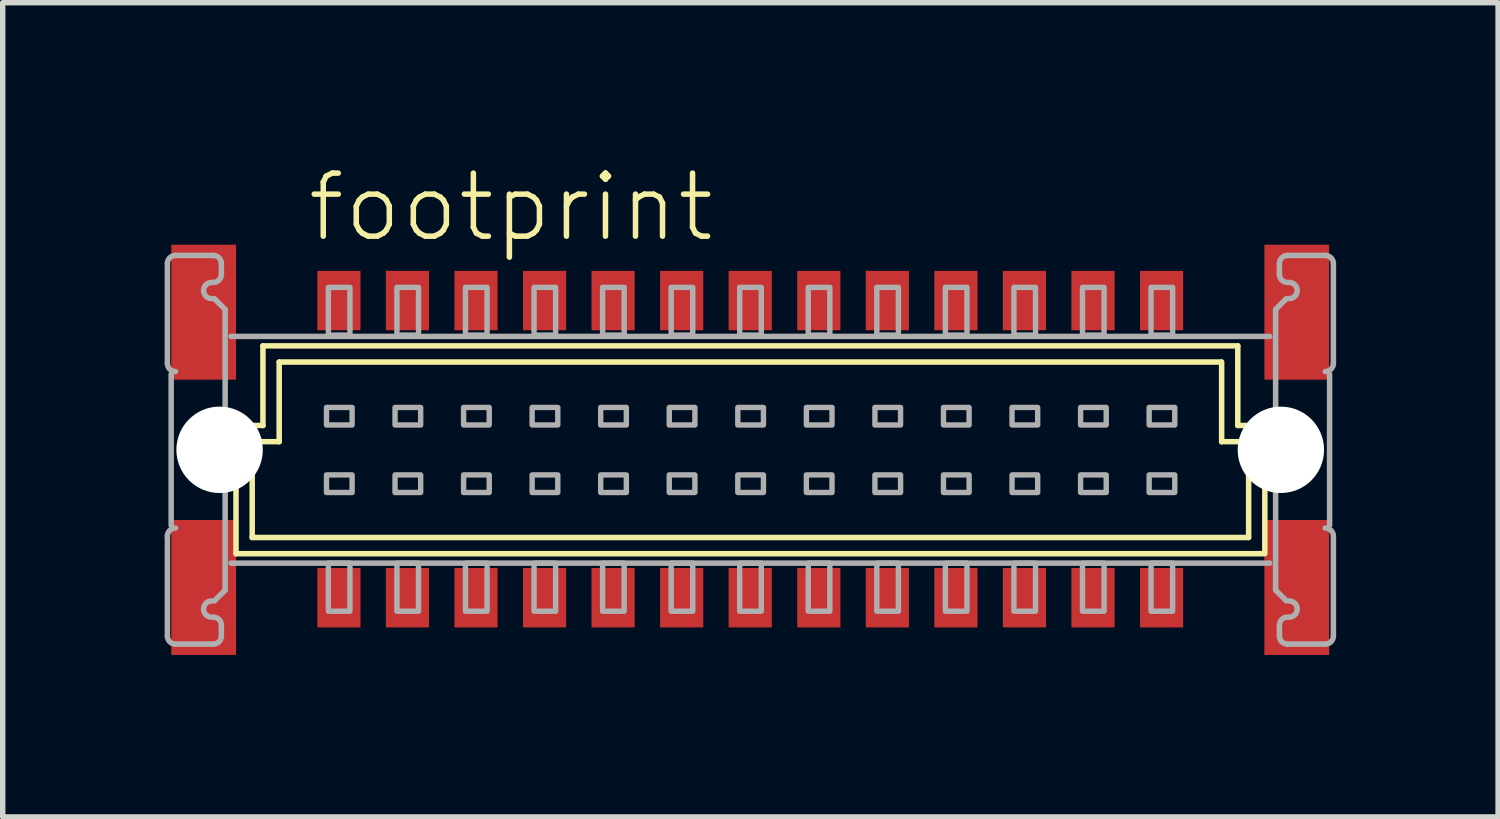
<source format=kicad_pcb>
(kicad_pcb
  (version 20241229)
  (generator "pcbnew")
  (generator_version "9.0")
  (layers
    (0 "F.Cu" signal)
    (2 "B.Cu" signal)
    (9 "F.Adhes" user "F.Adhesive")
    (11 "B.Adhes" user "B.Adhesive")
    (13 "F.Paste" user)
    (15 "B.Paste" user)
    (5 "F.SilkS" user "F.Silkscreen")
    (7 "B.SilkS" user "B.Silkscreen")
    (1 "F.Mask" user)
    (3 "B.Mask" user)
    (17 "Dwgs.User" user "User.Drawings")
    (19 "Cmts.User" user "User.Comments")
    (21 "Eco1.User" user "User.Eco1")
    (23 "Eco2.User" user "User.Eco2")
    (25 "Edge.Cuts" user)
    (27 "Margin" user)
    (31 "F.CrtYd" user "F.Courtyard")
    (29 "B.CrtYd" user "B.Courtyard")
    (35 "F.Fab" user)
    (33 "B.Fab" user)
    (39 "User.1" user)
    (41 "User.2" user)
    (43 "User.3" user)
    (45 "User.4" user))
  (footprint "footprint"
    (layer "F.Cu")
    (at 10.848 5.283)
    (property "Reference" "footprint" (at -8.255 -3.81 0) (layer "F.SilkS") (effects (font (size 1.168 1.168) (thickness 0.102)) (justify left bottom)))
    (fp_line (start -9.526 1.924) (end -9.526 -0.451) (stroke (width 0.102) (type solid)) (layer "F.SilkS"))
    (fp_line (start -9.226 -0.151) (end -9.227 -0.151) (stroke (width 0.102) (type solid)) (layer "F.SilkS"))
    (fp_line (start -9.226 1.624) (end -9.226 -0.151) (stroke (width 0.102) (type solid)) (layer "F.SilkS"))
    (fp_line (start -9.226 1.624) (end 9.232 1.624) (stroke (width 0.102) (type solid)) (layer "F.SilkS"))
    (fp_line (start -9.027 -1.926) (end -9.027 -0.451) (stroke (width 0.102) (type solid)) (layer "F.SilkS"))
    (fp_line (start -9.027 -0.451) (end -9.526 -0.451) (stroke (width 0.102) (type solid)) (layer "F.SilkS"))
    (fp_line (start -8.727 -0.151) (end -9.226 -0.151) (stroke (width 0.102) (type solid)) (layer "F.SilkS"))
    (fp_line (start -8.726 -0.151) (end -8.726 -1.626) (stroke (width 0.102) (type solid)) (layer "F.SilkS"))
    (fp_line (start 8.723 -1.626) (end -8.726 -1.626) (stroke (width 0.102) (type solid)) (layer "F.SilkS"))
    (fp_line (start 8.733 -0.151) (end 8.733 -1.626) (stroke (width 0.102) (type solid)) (layer "F.SilkS"))
    (fp_line (start 9.032 -0.451) (end 9.032 -1.926) (stroke (width 0.102) (type solid)) (layer "F.SilkS"))
    (fp_line (start 9.033 -1.926) (end -9.027 -1.926) (stroke (width 0.102) (type solid)) (layer "F.SilkS"))
    (fp_line (start 9.233 -0.151) (end 8.733 -0.151) (stroke (width 0.102) (type solid)) (layer "F.SilkS"))
    (fp_line (start 9.233 1.624) (end 9.233 -0.151) (stroke (width 0.102) (type solid)) (layer "F.SilkS"))
    (fp_line (start 9.513 1.924) (end -9.526 1.924) (stroke (width 0.102) (type solid)) (layer "F.SilkS"))
    (fp_line (start 9.533 -0.451) (end 9.033 -0.451) (stroke (width 0.102) (type solid)) (layer "F.SilkS"))
    (fp_line (start 9.533 1.924) (end 9.533 -0.451) (stroke (width 0.102) (type solid)) (layer "F.SilkS"))
    (fp_circle (center -9.826 -0.008) (end -9.027 -0.008) (stroke (width 0.001) (type solid)) (fill no) (layer "F.SilkS"))
    (fp_line (start -10.797 -1.601) (end -10.797 -3.451) (stroke (width 0.102) (type solid)) (layer "F.Fab"))
    (fp_line (start -10.797 3.449) (end -10.797 1.599) (stroke (width 0.102) (type solid)) (layer "F.Fab"))
    (fp_line (start -10.727 -1.401) (end -10.727 1.399) (stroke (width 0.102) (type solid)) (layer "F.Fab"))
    (fp_line (start -10.647 -3.601) (end -9.947 -3.601) (stroke (width 0.102) (type solid)) (layer "F.Fab"))
    (fp_line (start -9.947 3.599) (end -10.647 3.599) (stroke (width 0.102) (type solid)) (layer "F.Fab"))
    (fp_line (start -9.927 -2.801) (end -9.727 -2.601) (stroke (width 0.102) (type solid)) (layer "F.Fab"))
    (fp_line (start -9.797 -3.451) (end -9.797 -3.251) (stroke (width 0.102) (type solid)) (layer "F.Fab"))
    (fp_line (start -9.797 3.249) (end -9.797 3.449) (stroke (width 0.102) (type solid)) (layer "F.Fab"))
    (fp_line (start -9.727 -2.601) (end -9.727 2.599) (stroke (width 0.102) (type solid)) (layer "F.Fab"))
    (fp_line (start -9.727 2.599) (end -9.927 2.799) (stroke (width 0.102) (type solid)) (layer "F.Fab"))
    (fp_line (start 9.623 -2.101) (end -9.617 -2.101) (stroke (width 0.102) (type solid)) (layer "F.Fab"))
    (fp_line (start 9.623 2.099) (end -9.617 2.099) (stroke (width 0.102) (type solid)) (layer "F.Fab"))
    (fp_line (start 9.733 -2.601) (end 9.733 2.599) (stroke (width 0.102) (type solid)) (layer "F.Fab"))
    (fp_line (start 9.733 2.599) (end 9.933 2.799) (stroke (width 0.102) (type solid)) (layer "F.Fab"))
    (fp_line (start 9.803 -3.451) (end 9.803 -3.251) (stroke (width 0.102) (type solid)) (layer "F.Fab"))
    (fp_line (start 9.803 3.249) (end 9.803 3.449) (stroke (width 0.102) (type solid)) (layer "F.Fab"))
    (fp_line (start 9.933 -2.801) (end 9.733 -2.601) (stroke (width 0.102) (type solid)) (layer "F.Fab"))
    (fp_line (start 9.953 3.599) (end 10.653 3.599) (stroke (width 0.102) (type solid)) (layer "F.Fab"))
    (fp_line (start 10.653 -3.601) (end 9.953 -3.601) (stroke (width 0.102) (type solid)) (layer "F.Fab"))
    (fp_line (start 10.733 -1.401) (end 10.733 1.399) (stroke (width 0.102) (type solid)) (layer "F.Fab"))
    (fp_line (start 10.803 -1.601) (end 10.803 -3.451) (stroke (width 0.102) (type solid)) (layer "F.Fab"))
    (fp_line (start 10.803 3.449) (end 10.803 1.599) (stroke (width 0.102) (type solid)) (layer "F.Fab"))
    (fp_arc (start -10.7969 -3.4508) (mid -10.752966 -3.556866) (end -10.6469 -3.6008) (stroke (width 0.1016) (type solid)) (layer "F.Fab"))
    (fp_arc (start -10.7969 1.5992) (mid -10.752966 1.493134) (end -10.6469 1.4492) (stroke (width 0.1016) (type solid)) (layer "F.Fab"))
    (fp_arc (start -10.6469 -1.4508) (mid -10.752966 -1.494734) (end -10.7969 -1.6008) (stroke (width 0.1016) (type solid)) (layer "F.Fab"))
    (fp_arc (start -10.6469 3.5992) (mid -10.752966 3.555266) (end -10.7969 3.4492) (stroke (width 0.1016) (type solid)) (layer "F.Fab"))
    (fp_arc (start -9.9769 -2.8008) (mid -10.1269 -2.9508) (end -9.9769 -3.1008) (stroke (width 0.1016) (type solid)) (layer "F.Fab"))
    (fp_arc (start -9.9769 3.0992) (mid -10.1269 2.9492) (end -9.9769 2.7992) (stroke (width 0.1016) (type solid)) (layer "F.Fab"))
    (fp_arc (start -9.9469 -3.6008) (mid -9.840834 -3.556866) (end -9.7969 -3.4508) (stroke (width 0.1016) (type solid)) (layer "F.Fab"))
    (fp_arc (start -9.9469 3.0992) (mid -9.840834 3.143134) (end -9.7969 3.2492) (stroke (width 0.1016) (type solid)) (layer "F.Fab"))
    (fp_arc (start -9.7969 -3.2508) (mid -9.840834 -3.144734) (end -9.9469 -3.1008) (stroke (width 0.1016) (type solid)) (layer "F.Fab"))
    (fp_arc (start -9.7969 3.4492) (mid -9.840834 3.555266) (end -9.9469 3.5992) (stroke (width 0.1016) (type solid)) (layer "F.Fab"))
    (fp_arc (start 9.8031 -3.4508) (mid 9.847034 -3.556866) (end 9.9531 -3.6008) (stroke (width 0.1016) (type solid)) (layer "F.Fab"))
    (fp_arc (start 9.8031 3.2492) (mid 9.847034 3.143134) (end 9.9531 3.0992) (stroke (width 0.1016) (type solid)) (layer "F.Fab"))
    (fp_arc (start 9.9531 -3.1008) (mid 9.847034 -3.144734) (end 9.8031 -3.2508) (stroke (width 0.1016) (type solid)) (layer "F.Fab"))
    (fp_arc (start 9.9531 3.5992) (mid 9.847034 3.555266) (end 9.8031 3.4492) (stroke (width 0.1016) (type solid)) (layer "F.Fab"))
    (fp_arc (start 9.9831 -3.1008) (mid 10.1331 -2.9508) (end 9.9831 -2.8008) (stroke (width 0.1016) (type solid)) (layer "F.Fab"))
    (fp_arc (start 9.9831 2.7992) (mid 10.1331 2.9492) (end 9.9831 3.0992) (stroke (width 0.1016) (type solid)) (layer "F.Fab"))
    (fp_arc (start 10.6531 -3.6008) (mid 10.759166 -3.556866) (end 10.8031 -3.4508) (stroke (width 0.1016) (type solid)) (layer "F.Fab"))
    (fp_arc (start 10.6531 1.4492) (mid 10.759166 1.493134) (end 10.8031 1.5992) (stroke (width 0.1016) (type solid)) (layer "F.Fab"))
    (fp_arc (start 10.8031 -1.6008) (mid 10.759166 -1.494734) (end 10.6531 -1.4508) (stroke (width 0.1016) (type solid)) (layer "F.Fab"))
    (fp_arc (start 10.8031 3.4492) (mid 10.759166 3.555266) (end 10.6531 3.5992) (stroke (width 0.1016) (type solid)) (layer "F.Fab"))
    (fp_poly (pts (xy -7.415 -3.01) (xy -7.815 -3.01) (xy -7.815 -2.125) (xy -7.415 -2.125)) (stroke (width 0.1) (type solid)) (fill no) (layer "F.Fab"))
    (fp_poly (pts (xy -7.415 2.1) (xy -7.815 2.1) (xy -7.815 2.99) (xy -7.415 2.99)) (stroke (width 0.1) (type solid)) (fill no) (layer "F.Fab"))
    (fp_poly (pts (xy -7.375 -0.785) (xy -7.85 -0.785) (xy -7.85 -0.46) (xy -7.375 -0.46)) (stroke (width 0.1) (type solid)) (fill no) (layer "F.Fab"))
    (fp_poly (pts (xy -7.375 0.465) (xy -7.85 0.465) (xy -7.85 0.79) (xy -7.375 0.79)) (stroke (width 0.1) (type solid)) (fill no) (layer "F.Fab"))
    (fp_poly (pts (xy -6.145 -3.01) (xy -6.545 -3.01) (xy -6.545 -2.125) (xy -6.145 -2.125)) (stroke (width 0.1) (type solid)) (fill no) (layer "F.Fab"))
    (fp_poly (pts (xy -6.145 2.1) (xy -6.545 2.1) (xy -6.545 2.99) (xy -6.145 2.99)) (stroke (width 0.1) (type solid)) (fill no) (layer "F.Fab"))
    (fp_poly (pts (xy -6.105 -0.785) (xy -6.58 -0.785) (xy -6.58 -0.46) (xy -6.105 -0.46)) (stroke (width 0.1) (type solid)) (fill no) (layer "F.Fab"))
    (fp_poly (pts (xy -6.105 0.465) (xy -6.58 0.465) (xy -6.58 0.79) (xy -6.105 0.79)) (stroke (width 0.1) (type solid)) (fill no) (layer "F.Fab"))
    (fp_poly (pts (xy -4.875 -3.01) (xy -5.275 -3.01) (xy -5.275 -2.125) (xy -4.875 -2.125)) (stroke (width 0.1) (type solid)) (fill no) (layer "F.Fab"))
    (fp_poly (pts (xy -4.875 2.1) (xy -5.275 2.1) (xy -5.275 2.99) (xy -4.875 2.99)) (stroke (width 0.1) (type solid)) (fill no) (layer "F.Fab"))
    (fp_poly (pts (xy -4.835 -0.785) (xy -5.31 -0.785) (xy -5.31 -0.46) (xy -4.835 -0.46)) (stroke (width 0.1) (type solid)) (fill no) (layer "F.Fab"))
    (fp_poly (pts (xy -4.835 0.465) (xy -5.31 0.465) (xy -5.31 0.79) (xy -4.835 0.79)) (stroke (width 0.1) (type solid)) (fill no) (layer "F.Fab"))
    (fp_poly (pts (xy -3.605 -3.01) (xy -4.005 -3.01) (xy -4.005 -2.125) (xy -3.605 -2.125)) (stroke (width 0.1) (type solid)) (fill no) (layer "F.Fab"))
    (fp_poly (pts (xy -3.605 2.1) (xy -4.005 2.1) (xy -4.005 2.99) (xy -3.605 2.99)) (stroke (width 0.1) (type solid)) (fill no) (layer "F.Fab"))
    (fp_poly (pts (xy -3.565 -0.785) (xy -4.04 -0.785) (xy -4.04 -0.46) (xy -3.565 -0.46)) (stroke (width 0.1) (type solid)) (fill no) (layer "F.Fab"))
    (fp_poly (pts (xy -3.565 0.465) (xy -4.04 0.465) (xy -4.04 0.79) (xy -3.565 0.79)) (stroke (width 0.1) (type solid)) (fill no) (layer "F.Fab"))
    (fp_poly (pts (xy -2.335 -3.01) (xy -2.735 -3.01) (xy -2.735 -2.125) (xy -2.335 -2.125)) (stroke (width 0.1) (type solid)) (fill no) (layer "F.Fab"))
    (fp_poly (pts (xy -2.335 2.1) (xy -2.735 2.1) (xy -2.735 2.99) (xy -2.335 2.99)) (stroke (width 0.1) (type solid)) (fill no) (layer "F.Fab"))
    (fp_poly (pts (xy -2.295 -0.785) (xy -2.77 -0.785) (xy -2.77 -0.46) (xy -2.295 -0.46)) (stroke (width 0.1) (type solid)) (fill no) (layer "F.Fab"))
    (fp_poly (pts (xy -2.295 0.465) (xy -2.77 0.465) (xy -2.77 0.79) (xy -2.295 0.79)) (stroke (width 0.1) (type solid)) (fill no) (layer "F.Fab"))
    (fp_poly (pts (xy -1.065 -3.01) (xy -1.465 -3.01) (xy -1.465 -2.125) (xy -1.065 -2.125)) (stroke (width 0.1) (type solid)) (fill no) (layer "F.Fab"))
    (fp_poly (pts (xy -1.065 2.1) (xy -1.465 2.1) (xy -1.465 2.99) (xy -1.065 2.99)) (stroke (width 0.1) (type solid)) (fill no) (layer "F.Fab"))
    (fp_poly (pts (xy -1.025 -0.785) (xy -1.5 -0.785) (xy -1.5 -0.46) (xy -1.025 -0.46)) (stroke (width 0.1) (type solid)) (fill no) (layer "F.Fab"))
    (fp_poly (pts (xy -1.025 0.465) (xy -1.5 0.465) (xy -1.5 0.79) (xy -1.025 0.79)) (stroke (width 0.1) (type solid)) (fill no) (layer "F.Fab"))
    (fp_poly (pts (xy 0.205 -3.01) (xy -0.195 -3.01) (xy -0.195 -2.125) (xy 0.205 -2.125)) (stroke (width 0.1) (type solid)) (fill no) (layer "F.Fab"))
    (fp_poly (pts (xy 0.205 2.1) (xy -0.195 2.1) (xy -0.195 2.99) (xy 0.205 2.99)) (stroke (width 0.1) (type solid)) (fill no) (layer "F.Fab"))
    (fp_poly (pts (xy 0.245 -0.785) (xy -0.23 -0.785) (xy -0.23 -0.46) (xy 0.245 -0.46)) (stroke (width 0.1) (type solid)) (fill no) (layer "F.Fab"))
    (fp_poly (pts (xy 0.245 0.465) (xy -0.23 0.465) (xy -0.23 0.79) (xy 0.245 0.79)) (stroke (width 0.1) (type solid)) (fill no) (layer "F.Fab"))
    (fp_poly (pts (xy 1.475 -3.01) (xy 1.075 -3.01) (xy 1.075 -2.125) (xy 1.475 -2.125)) (stroke (width 0.1) (type solid)) (fill no) (layer "F.Fab"))
    (fp_poly (pts (xy 1.475 2.1) (xy 1.075 2.1) (xy 1.075 2.99) (xy 1.475 2.99)) (stroke (width 0.1) (type solid)) (fill no) (layer "F.Fab"))
    (fp_poly (pts (xy 1.515 -0.785) (xy 1.04 -0.785) (xy 1.04 -0.46) (xy 1.515 -0.46)) (stroke (width 0.1) (type solid)) (fill no) (layer "F.Fab"))
    (fp_poly (pts (xy 1.515 0.465) (xy 1.04 0.465) (xy 1.04 0.79) (xy 1.515 0.79)) (stroke (width 0.1) (type solid)) (fill no) (layer "F.Fab"))
    (fp_poly (pts (xy 2.745 -3.01) (xy 2.345 -3.01) (xy 2.345 -2.125) (xy 2.745 -2.125)) (stroke (width 0.1) (type solid)) (fill no) (layer "F.Fab"))
    (fp_poly (pts (xy 2.745 2.1) (xy 2.345 2.1) (xy 2.345 2.99) (xy 2.745 2.99)) (stroke (width 0.1) (type solid)) (fill no) (layer "F.Fab"))
    (fp_poly (pts (xy 2.785 -0.785) (xy 2.31 -0.785) (xy 2.31 -0.46) (xy 2.785 -0.46)) (stroke (width 0.1) (type solid)) (fill no) (layer "F.Fab"))
    (fp_poly (pts (xy 2.785 0.465) (xy 2.31 0.465) (xy 2.31 0.79) (xy 2.785 0.79)) (stroke (width 0.1) (type solid)) (fill no) (layer "F.Fab"))
    (fp_poly (pts (xy 4.015 -3.01) (xy 3.615 -3.01) (xy 3.615 -2.125) (xy 4.015 -2.125)) (stroke (width 0.1) (type solid)) (fill no) (layer "F.Fab"))
    (fp_poly (pts (xy 4.015 2.1) (xy 3.615 2.1) (xy 3.615 2.99) (xy 4.015 2.99)) (stroke (width 0.1) (type solid)) (fill no) (layer "F.Fab"))
    (fp_poly (pts (xy 4.055 -0.785) (xy 3.58 -0.785) (xy 3.58 -0.46) (xy 4.055 -0.46)) (stroke (width 0.1) (type solid)) (fill no) (layer "F.Fab"))
    (fp_poly (pts (xy 4.055 0.465) (xy 3.58 0.465) (xy 3.58 0.79) (xy 4.055 0.79)) (stroke (width 0.1) (type solid)) (fill no) (layer "F.Fab"))
    (fp_poly (pts (xy 5.285 -3.01) (xy 4.885 -3.01) (xy 4.885 -2.125) (xy 5.285 -2.125)) (stroke (width 0.1) (type solid)) (fill no) (layer "F.Fab"))
    (fp_poly (pts (xy 5.285 2.1) (xy 4.885 2.1) (xy 4.885 2.99) (xy 5.285 2.99)) (stroke (width 0.1) (type solid)) (fill no) (layer "F.Fab"))
    (fp_poly (pts (xy 5.325 -0.785) (xy 4.85 -0.785) (xy 4.85 -0.46) (xy 5.325 -0.46)) (stroke (width 0.1) (type solid)) (fill no) (layer "F.Fab"))
    (fp_poly (pts (xy 5.325 0.465) (xy 4.85 0.465) (xy 4.85 0.79) (xy 5.325 0.79)) (stroke (width 0.1) (type solid)) (fill no) (layer "F.Fab"))
    (fp_poly (pts (xy 6.555 -3.01) (xy 6.155 -3.01) (xy 6.155 -2.125) (xy 6.555 -2.125)) (stroke (width 0.1) (type solid)) (fill no) (layer "F.Fab"))
    (fp_poly (pts (xy 6.555 2.1) (xy 6.155 2.1) (xy 6.155 2.99) (xy 6.555 2.99)) (stroke (width 0.1) (type solid)) (fill no) (layer "F.Fab"))
    (fp_poly (pts (xy 6.595 -0.785) (xy 6.12 -0.785) (xy 6.12 -0.46) (xy 6.595 -0.46)) (stroke (width 0.1) (type solid)) (fill no) (layer "F.Fab"))
    (fp_poly (pts (xy 6.595 0.465) (xy 6.12 0.465) (xy 6.12 0.79) (xy 6.595 0.79)) (stroke (width 0.1) (type solid)) (fill no) (layer "F.Fab"))
    (fp_poly (pts (xy 7.825 -3.01) (xy 7.425 -3.01) (xy 7.425 -2.125) (xy 7.825 -2.125)) (stroke (width 0.1) (type solid)) (fill no) (layer "F.Fab"))
    (fp_poly (pts (xy 7.825 2.1) (xy 7.425 2.1) (xy 7.425 2.99) (xy 7.825 2.99)) (stroke (width 0.1) (type solid)) (fill no) (layer "F.Fab"))
    (fp_poly (pts (xy 7.865 -0.785) (xy 7.39 -0.785) (xy 7.39 -0.46) (xy 7.865 -0.46)) (stroke (width 0.1) (type solid)) (fill no) (layer "F.Fab"))
    (fp_poly (pts (xy 7.865 0.465) (xy 7.39 0.465) (xy 7.39 0.79) (xy 7.865 0.79)) (stroke (width 0.1) (type solid)) (fill no) (layer "F.Fab"))
    (pad "" np_thru_hole circle (at -9.83 0) (size 1.6 1.6) (drill 1.6) (layers "*.Cu" "*.Mask"))
    (pad "" np_thru_hole circle (at 9.83 0) (size 1.6 1.6) (drill 1.6) (layers "*.Cu" "*.Mask"))
    (pad "A1" smd rect (at -7.62 -2.765 180) (size 0.8 1.1) (layers "F.Cu" "F.Mask" "F.Paste"))
    (pad "A2" smd rect (at -6.35 -2.765 180) (size 0.8 1.1) (layers "F.Cu" "F.Mask" "F.Paste"))
    (pad "A3" smd rect (at -5.08 -2.765 180) (size 0.8 1.1) (layers "F.Cu" "F.Mask" "F.Paste"))
    (pad "A4" smd rect (at -3.81 -2.765 180) (size 0.8 1.1) (layers "F.Cu" "F.Mask" "F.Paste"))
    (pad "A5" smd rect (at -2.54 -2.765 180) (size 0.8 1.1) (layers "F.Cu" "F.Mask" "F.Paste"))
    (pad "A6" smd rect (at -1.27 -2.765 180) (size 0.8 1.1) (layers "F.Cu" "F.Mask" "F.Paste"))
    (pad "A7" smd rect (at 0 -2.765 180) (size 0.8 1.1) (layers "F.Cu" "F.Mask" "F.Paste"))
    (pad "A8" smd rect (at 1.27 -2.765 180) (size 0.8 1.1) (layers "F.Cu" "F.Mask" "F.Paste"))
    (pad "A9" smd rect (at 2.54 -2.765 180) (size 0.8 1.1) (layers "F.Cu" "F.Mask" "F.Paste"))
    (pad "A10" smd rect (at 3.81 -2.765 180) (size 0.8 1.1) (layers "F.Cu" "F.Mask" "F.Paste"))
    (pad "A11" smd rect (at 5.08 -2.765 180) (size 0.8 1.1) (layers "F.Cu" "F.Mask" "F.Paste"))
    (pad "A12" smd rect (at 6.35 -2.765 180) (size 0.8 1.1) (layers "F.Cu" "F.Mask" "F.Paste"))
    (pad "A13" smd rect (at 7.62 -2.765 180) (size 0.8 1.1) (layers "F.Cu" "F.Mask" "F.Paste"))
    (pad "B1" smd rect (at -7.62 2.74 180) (size 0.8 1.1) (layers "F.Cu" "F.Mask" "F.Paste"))
    (pad "B2" smd rect (at -6.35 2.74 180) (size 0.8 1.1) (layers "F.Cu" "F.Mask" "F.Paste"))
    (pad "B3" smd rect (at -5.08 2.74 180) (size 0.8 1.1) (layers "F.Cu" "F.Mask" "F.Paste"))
    (pad "B4" smd rect (at -3.81 2.74 180) (size 0.8 1.1) (layers "F.Cu" "F.Mask" "F.Paste"))
    (pad "B5" smd rect (at -2.54 2.74 180) (size 0.8 1.1) (layers "F.Cu" "F.Mask" "F.Paste"))
    (pad "B6" smd rect (at -1.27 2.74 180) (size 0.8 1.1) (layers "F.Cu" "F.Mask" "F.Paste"))
    (pad "B7" smd rect (at 0 2.74 180) (size 0.8 1.1) (layers "F.Cu" "F.Mask" "F.Paste"))
    (pad "B8" smd rect (at 1.27 2.74 180) (size 0.8 1.1) (layers "F.Cu" "F.Mask" "F.Paste"))
    (pad "B9" smd rect (at 2.54 2.74 180) (size 0.8 1.1) (layers "F.Cu" "F.Mask" "F.Paste"))
    (pad "B10" smd rect (at 3.81 2.74 180) (size 0.8 1.1) (layers "F.Cu" "F.Mask" "F.Paste"))
    (pad "B11" smd rect (at 5.08 2.74 180) (size 0.8 1.1) (layers "F.Cu" "F.Mask" "F.Paste"))
    (pad "B12" smd rect (at 6.35 2.74 180) (size 0.8 1.1) (layers "F.Cu" "F.Mask" "F.Paste"))
    (pad "B13" smd rect (at 7.62 2.74 180) (size 0.8 1.1) (layers "F.Cu" "F.Mask" "F.Paste"))
    (pad "M1" smd rect (at -10.125 -2.55 180) (size 1.2 2.5) (layers "F.Cu" "F.Mask" "F.Paste"))
    (pad "M2" smd rect (at -10.125 2.55 180) (size 1.2 2.5) (layers "F.Cu" "F.Mask" "F.Paste"))
    (pad "M3" smd rect (at 10.125 2.55) (size 1.2 2.5) (layers "F.Cu" "F.Mask" "F.Paste"))
    (pad "M4" smd rect (at 10.125 -2.55) (size 1.2 2.5) (layers "F.Cu" "F.Mask" "F.Paste")))
  (gr_rect
    (start -3 -3)
    (end 24.702 12.083)
    (stroke (width 0.1) (type default))
    (fill no)
    (layer "Edge.Cuts")))
</source>
